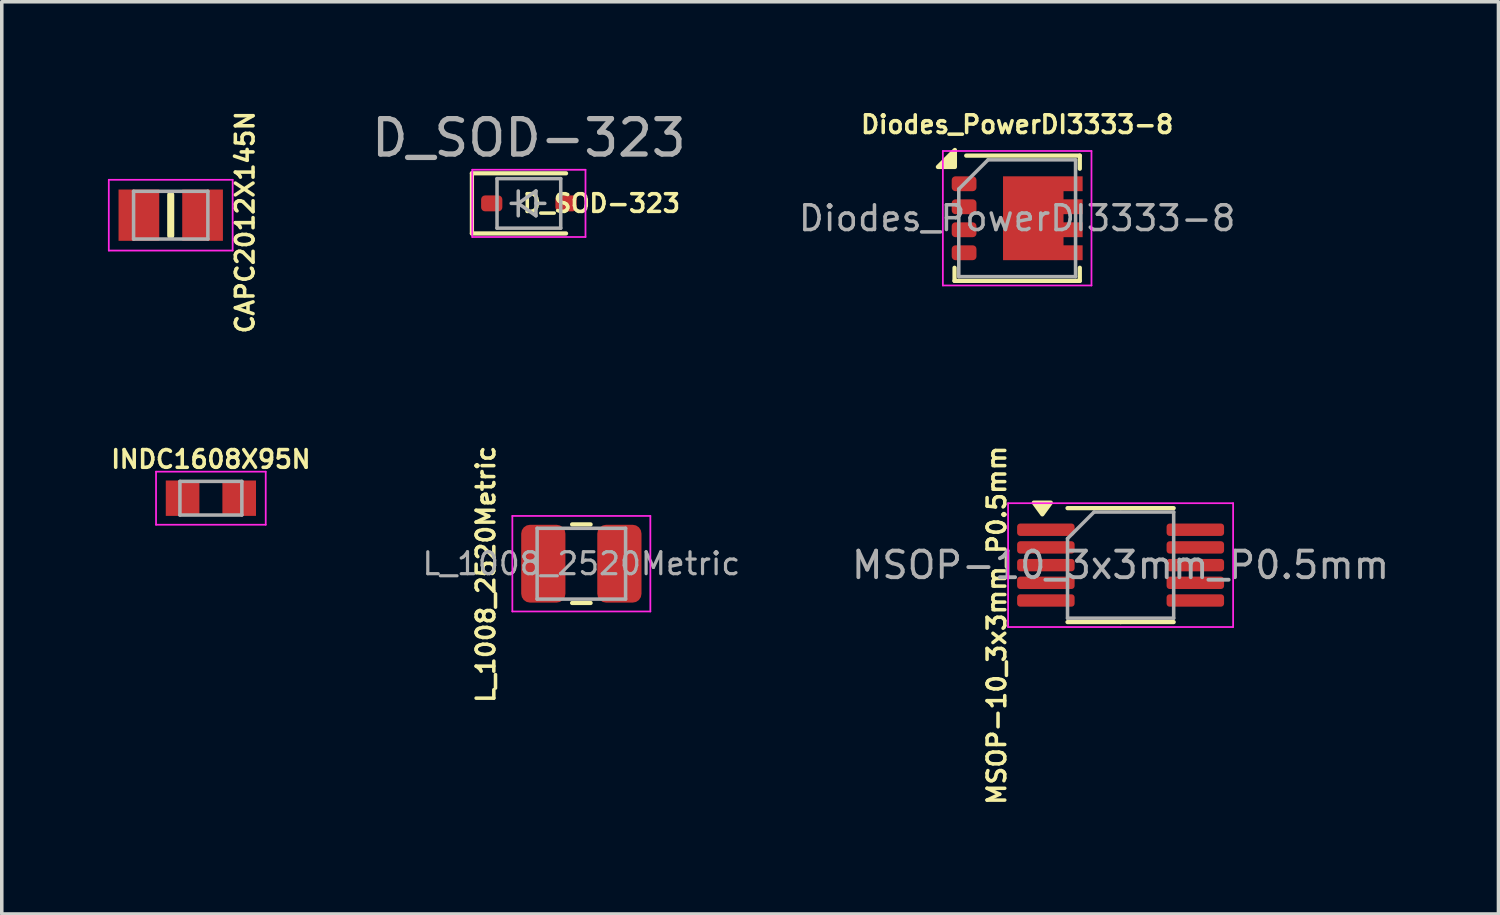
<source format=kicad_pcb>
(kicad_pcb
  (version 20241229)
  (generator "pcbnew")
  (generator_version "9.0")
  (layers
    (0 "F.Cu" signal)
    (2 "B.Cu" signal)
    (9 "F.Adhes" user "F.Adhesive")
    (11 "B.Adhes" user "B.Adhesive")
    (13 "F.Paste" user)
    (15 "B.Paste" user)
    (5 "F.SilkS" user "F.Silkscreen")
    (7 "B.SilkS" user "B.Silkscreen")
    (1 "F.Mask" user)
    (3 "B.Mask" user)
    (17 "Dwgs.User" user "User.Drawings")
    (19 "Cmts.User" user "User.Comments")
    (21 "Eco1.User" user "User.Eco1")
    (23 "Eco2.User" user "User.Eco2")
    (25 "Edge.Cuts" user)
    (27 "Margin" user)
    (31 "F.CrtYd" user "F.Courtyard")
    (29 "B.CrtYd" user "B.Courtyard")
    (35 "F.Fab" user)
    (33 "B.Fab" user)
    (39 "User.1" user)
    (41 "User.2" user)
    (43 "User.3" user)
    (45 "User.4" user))
  (footprint "INDC1608X95N"
    (layer "F.Cu")
    (at 2.91 11.03)
    (property "Reference" "INDC1608X95N" (at 0 -1.1 0) (layer "F.SilkS") (effects (font (size 0.5 0.5) (thickness 0.1))))
    (attr smd)
    (fp_line (start -1.55 -0.75) (end 1.55 -0.75) (stroke (width 0.05) (type solid)) (layer "F.CrtYd"))
    (fp_line (start -1.55 0.75) (end -1.55 -0.75) (stroke (width 0.05) (type solid)) (layer "F.CrtYd"))
    (fp_line (start -1.55 0.75) (end 1.55 0.75) (stroke (width 0.05) (type solid)) (layer "F.CrtYd"))
    (fp_line (start 1.55 0.75) (end 1.55 -0.75) (stroke (width 0.05) (type solid)) (layer "F.CrtYd"))
    (fp_line (start -0.875 -0.475) (end 0.875 -0.475) (stroke (width 0.1) (type solid)) (layer "F.Fab"))
    (fp_line (start -0.875 0.475) (end -0.875 -0.475) (stroke (width 0.1) (type solid)) (layer "F.Fab"))
    (fp_line (start -0.875 0.475) (end 0.875 0.475) (stroke (width 0.1) (type solid)) (layer "F.Fab"))
    (fp_line (start 0.875 0.475) (end 0.875 -0.475) (stroke (width 0.1) (type solid)) (layer "F.Fab"))
    (pad "1" smd rect (at -0.8 0 270) (size 1 0.95) (layers "F.Cu" "F.Mask" "F.Paste"))
    (pad "2" smd rect (at 0.8 0 270) (size 1 0.95) (layers "F.Cu" "F.Mask" "F.Paste")))
  (footprint "Diodes_PowerDI3333-8"
    (layer "F.Cu")
    (at 25.697 3.118)
    (property "Reference" "Diodes_PowerDI3333-8" (at 0 -2.65 0) (layer "F.SilkS") (effects (font (size 0.5 0.5) (thickness 0.1))))
    (attr smd)
    (fp_line (start -1.77 1.77) (end -1.77 1.4) (stroke (width 0.12) (type solid)) (layer "F.SilkS"))
    (fp_line (start -1.77 1.77) (end 1.77 1.77) (stroke (width 0.12) (type solid)) (layer "F.SilkS"))
    (fp_line (start 1.77 -1.77) (end -1.44 -1.77) (stroke (width 0.12) (type solid)) (layer "F.SilkS"))
    (fp_line (start 1.77 -1.77) (end 1.77 -1.4) (stroke (width 0.12) (type solid)) (layer "F.SilkS"))
    (fp_line (start 1.77 1.77) (end 1.77 1.4) (stroke (width 0.12) (type solid)) (layer "F.SilkS"))
    (fp_poly (pts (xy -1.76 -1.45) (xy -2.24 -1.45) (xy -1.76 -1.93) (xy -1.76 -1.45)) (stroke (width 0.12) (type solid)) (fill yes) (layer "F.SilkS"))
    (fp_line (start -2.1 -1.9) (end -2.1 1.9) (stroke (width 0.05) (type solid)) (layer "F.CrtYd"))
    (fp_line (start -2.1 1.9) (end 2.1 1.9) (stroke (width 0.05) (type solid)) (layer "F.CrtYd"))
    (fp_line (start 2.1 -1.9) (end -2.1 -1.9) (stroke (width 0.05) (type solid)) (layer "F.CrtYd"))
    (fp_line (start 2.1 1.9) (end 2.1 -1.9) (stroke (width 0.05) (type solid)) (layer "F.CrtYd"))
    (fp_line (start -1.65 -0.825) (end -1.65 1.65) (stroke (width 0.1) (type solid)) (layer "F.Fab"))
    (fp_line (start -1.65 1.65) (end 1.65 1.65) (stroke (width 0.1) (type solid)) (layer "F.Fab"))
    (fp_line (start -0.825 -1.65) (end -1.65 -0.825) (stroke (width 0.1) (type solid)) (layer "F.Fab"))
    (fp_line (start 1.65 -1.65) (end -0.825 -1.65) (stroke (width 0.1) (type solid)) (layer "F.Fab"))
    (fp_line (start 1.65 1.65) (end 1.65 -1.65) (stroke (width 0.1) (type solid)) (layer "F.Fab"))
    (fp_text user "${REFERENCE}" (at 0 0 0) (layer "F.Fab") (effects (font (size 0.7 0.7) (thickness 0.1))))
    (pad "" smd roundrect (at 0.02 -0.565) (size 0.6 1) (layers "F.Paste") (roundrect_rratio 0.25))
    (pad "" smd roundrect (at 0.02 0.565) (size 0.6 1) (layers "F.Paste") (roundrect_rratio 0.25))
    (pad "" smd roundrect (at 0.73 -0.565) (size 0.6 1) (layers "F.Paste") (roundrect_rratio 0.25))
    (pad "" smd roundrect (at 0.73 0.565) (size 0.6 1) (layers "F.Paste") (roundrect_rratio 0.25))
    (pad "" smd roundrect (at 1.5 -0.975) (size 0.7 0.42) (layers "F.Paste") (roundrect_rratio 0.25))
    (pad "" smd roundrect (at 1.5 -0.325) (size 0.7 0.42) (layers "F.Paste") (roundrect_rratio 0.25))
    (pad "" smd roundrect (at 1.5 0.325) (size 0.7 0.42) (layers "F.Paste") (roundrect_rratio 0.25))
    (pad "" smd roundrect (at 1.5 0.975) (size 0.7 0.42) (layers "F.Paste") (roundrect_rratio 0.25))
    (pad "1" smd roundrect (at -1.5 -0.975) (size 0.7 0.42) (layers "F.Cu" "F.Mask" "F.Paste") (roundrect_rratio 0.25))
    (pad "2" smd roundrect (at -1.5 -0.325) (size 0.7 0.42) (layers "F.Cu" "F.Mask" "F.Paste") (roundrect_rratio 0.25))
    (pad "3" smd roundrect (at -1.5 0.325) (size 0.7 0.42) (layers "F.Cu" "F.Mask" "F.Paste") (roundrect_rratio 0.25))
    (pad "4" smd roundrect (at -1.5 0.975) (size 0.7 0.42) (layers "F.Cu" "F.Mask" "F.Paste") (roundrect_rratio 0.25))
    (pad "5" smd custom (at 0.455 0) (size 1.71 2.37) (layers "F.Cu" "F.Mask") (options (anchor rect)) (primitives (gr_poly (pts (xy 1.395 1.185) (xy 0.855 1.185) (xy 0.855 0.765) (xy 1.395 0.765)) (width 0) (fill yes)) (gr_poly (pts (xy 1.395 0.535) (xy 0.855 0.535) (xy 0.855 0.115) (xy 1.395 0.115)) (width 0) (fill yes)) (gr_poly (pts (xy 1.395 -0.115) (xy 0.855 -0.115) (xy 0.855 -0.535) (xy 1.395 -0.535)) (width 0) (fill yes)) (gr_poly (pts (xy 1.395 -0.765) (xy 0.855 -0.765) (xy 0.855 -1.185) (xy 1.395 -1.185)) (width 0) (fill yes)))))
  (footprint "D_SOD-323"
    (layer "F.Cu")
    (at 11.897 2.698)
    (property "Reference" "D_SOD-323" (at 2.05 0 0) (layer "F.SilkS") (effects (font (size 0.5 0.5) (thickness 0.1) (bold yes))))
    (attr smd)
    (fp_line (start -1.61 -0.85) (end -1.61 0.85) (stroke (width 0.12) (type solid)) (layer "F.SilkS"))
    (fp_line (start -1.61 -0.85) (end 1.05 -0.85) (stroke (width 0.12) (type solid)) (layer "F.SilkS"))
    (fp_line (start -1.61 0.85) (end 1.05 0.85) (stroke (width 0.12) (type solid)) (layer "F.SilkS"))
    (fp_line (start -1.6 -0.95) (end -1.6 0.95) (stroke (width 0.05) (type solid)) (layer "F.CrtYd"))
    (fp_line (start -1.6 -0.95) (end 1.6 -0.95) (stroke (width 0.05) (type solid)) (layer "F.CrtYd"))
    (fp_line (start -1.6 0.95) (end 1.6 0.95) (stroke (width 0.05) (type solid)) (layer "F.CrtYd"))
    (fp_line (start 1.6 -0.95) (end 1.6 0.95) (stroke (width 0.05) (type solid)) (layer "F.CrtYd"))
    (fp_line (start -0.9 -0.7) (end 0.9 -0.7) (stroke (width 0.1) (type solid)) (layer "F.Fab"))
    (fp_line (start -0.9 0.7) (end -0.9 -0.7) (stroke (width 0.1) (type solid)) (layer "F.Fab"))
    (fp_line (start -0.3 -0.35) (end -0.3 0.35) (stroke (width 0.1) (type solid)) (layer "F.Fab"))
    (fp_line (start -0.3 0) (end -0.5 0) (stroke (width 0.1) (type solid)) (layer "F.Fab"))
    (fp_line (start -0.3 0) (end 0.2 -0.35) (stroke (width 0.1) (type solid)) (layer "F.Fab"))
    (fp_line (start 0.2 -0.35) (end 0.2 0.35) (stroke (width 0.1) (type solid)) (layer "F.Fab"))
    (fp_line (start 0.2 0) (end 0.45 0) (stroke (width 0.1) (type solid)) (layer "F.Fab"))
    (fp_line (start 0.2 0.35) (end -0.3 0) (stroke (width 0.1) (type solid)) (layer "F.Fab"))
    (fp_line (start 0.9 -0.7) (end 0.9 0.7) (stroke (width 0.1) (type solid)) (layer "F.Fab"))
    (fp_line (start 0.9 0.7) (end -0.9 0.7) (stroke (width 0.1) (type solid)) (layer "F.Fab"))
    (fp_text user "${REFERENCE}" (at 0 -1.85 0) (layer "F.Fab") (effects (font (size 1 1) (thickness 0.15))))
    (pad "1" smd roundrect (at -1.05 0) (size 0.6 0.45) (layers "F.Cu" "F.Mask" "F.Paste") (roundrect_rratio 0.25))
    (pad "2" smd roundrect (at 1.05 0) (size 0.6 0.45) (layers "F.Cu" "F.Mask" "F.Paste") (roundrect_rratio 0.25)))
  (footprint "CAPC2012X145N"
    (layer "F.Cu")
    (at 1.775 3.031)
    (property "Reference" "CAPC2012X145N" (at 2.1 0.2 90) (layer "F.SilkS") (effects (font (size 0.5 0.5) (thickness 0.1))))
    (attr smd)
    (fp_line (start 0 0.575) (end 0 -0.575) (stroke (width 0.2) (type solid)) (layer "F.SilkS"))
    (fp_line (start -1.75 -1) (end 1.75 -1) (stroke (width 0.05) (type solid)) (layer "F.CrtYd"))
    (fp_line (start -1.75 1) (end -1.75 -1) (stroke (width 0.05) (type solid)) (layer "F.CrtYd"))
    (fp_line (start -1.75 1) (end 1.75 1) (stroke (width 0.05) (type solid)) (layer "F.CrtYd"))
    (fp_line (start 1.75 1) (end 1.75 -1) (stroke (width 0.05) (type solid)) (layer "F.CrtYd"))
    (fp_line (start -1.05 -0.675) (end 1.05 -0.675) (stroke (width 0.1) (type solid)) (layer "F.Fab"))
    (fp_line (start -1.05 0.675) (end -1.05 -0.675) (stroke (width 0.1) (type solid)) (layer "F.Fab"))
    (fp_line (start -1.05 0.675) (end 1.05 0.675) (stroke (width 0.1) (type solid)) (layer "F.Fab"))
    (fp_line (start 1.05 0.675) (end 1.05 -0.675) (stroke (width 0.1) (type solid)) (layer "F.Fab"))
    (pad "1" smd rect (at -0.9 0 270) (size 1.45 1.15) (layers "F.Cu" "F.Mask" "F.Paste"))
    (pad "2" smd rect (at 0.9 0 270) (size 1.45 1.15) (layers "F.Cu" "F.Mask" "F.Paste")))
  (footprint "MSOP-10_3x3mm_P0.5mm"
    (layer "F.Cu")
    (at 28.62 12.921)
    (property "Reference" "MSOP-10_3x3mm_P0.5mm" (at -3.5 1.7 270) (layer "F.SilkS") (effects (font (size 0.5 0.5) (thickness 0.1))))
    (attr smd)
    (fp_line (start 0 -1.61) (end -1.5 -1.61) (stroke (width 0.12) (type solid)) (layer "F.SilkS"))
    (fp_line (start 0 -1.61) (end 1.5 -1.61) (stroke (width 0.12) (type solid)) (layer "F.SilkS"))
    (fp_line (start 0 1.61) (end -1.5 1.61) (stroke (width 0.12) (type solid)) (layer "F.SilkS"))
    (fp_line (start 0 1.61) (end 1.5 1.61) (stroke (width 0.12) (type solid)) (layer "F.SilkS"))
    (fp_poly (pts (xy -2.212 -1.435) (xy -2.453 -1.765) (xy -1.972 -1.765) (xy -2.212 -1.435)) (stroke (width 0.12) (type solid)) (fill yes) (layer "F.SilkS"))
    (fp_line (start -3.18 -1.75) (end -3.18 1.75) (stroke (width 0.05) (type solid)) (layer "F.CrtYd"))
    (fp_line (start -3.18 1.75) (end 3.18 1.75) (stroke (width 0.05) (type solid)) (layer "F.CrtYd"))
    (fp_line (start 3.18 -1.75) (end -3.18 -1.75) (stroke (width 0.05) (type solid)) (layer "F.CrtYd"))
    (fp_line (start 3.18 1.75) (end 3.18 -1.75) (stroke (width 0.05) (type solid)) (layer "F.CrtYd"))
    (fp_line (start -1.5 -0.75) (end -0.75 -1.5) (stroke (width 0.1) (type solid)) (layer "F.Fab"))
    (fp_line (start -1.5 1.5) (end -1.5 -0.75) (stroke (width 0.1) (type solid)) (layer "F.Fab"))
    (fp_line (start -0.75 -1.5) (end 1.5 -1.5) (stroke (width 0.1) (type solid)) (layer "F.Fab"))
    (fp_line (start 1.5 -1.5) (end 1.5 1.5) (stroke (width 0.1) (type solid)) (layer "F.Fab"))
    (fp_line (start 1.5 1.5) (end -1.5 1.5) (stroke (width 0.1) (type solid)) (layer "F.Fab"))
    (fp_text user "${REFERENCE}" (at 0 0 180) (layer "F.Fab") (effects (font (size 0.75 0.75) (thickness 0.11))))
    (pad "1" smd roundrect (at -2.112 -1) (size 1.625 0.35) (layers "F.Cu" "F.Mask" "F.Paste") (roundrect_rratio 0.25))
    (pad "2" smd roundrect (at -2.112 -0.5) (size 1.625 0.35) (layers "F.Cu" "F.Mask" "F.Paste") (roundrect_rratio 0.25))
    (pad "3" smd roundrect (at -2.112 0) (size 1.625 0.35) (layers "F.Cu" "F.Mask" "F.Paste") (roundrect_rratio 0.25))
    (pad "4" smd roundrect (at -2.112 0.5) (size 1.625 0.35) (layers "F.Cu" "F.Mask" "F.Paste") (roundrect_rratio 0.25))
    (pad "5" smd roundrect (at -2.112 1) (size 1.625 0.35) (layers "F.Cu" "F.Mask" "F.Paste") (roundrect_rratio 0.25))
    (pad "6" smd roundrect (at 2.112 1) (size 1.625 0.35) (layers "F.Cu" "F.Mask" "F.Paste") (roundrect_rratio 0.25))
    (pad "7" smd roundrect (at 2.112 0.5) (size 1.625 0.35) (layers "F.Cu" "F.Mask" "F.Paste") (roundrect_rratio 0.25))
    (pad "8" smd roundrect (at 2.112 0) (size 1.625 0.35) (layers "F.Cu" "F.Mask" "F.Paste") (roundrect_rratio 0.25))
    (pad "9" smd roundrect (at 2.112 -0.5) (size 1.625 0.35) (layers "F.Cu" "F.Mask" "F.Paste") (roundrect_rratio 0.25))
    (pad "10" smd roundrect (at 2.112 -1) (size 1.625 0.35) (layers "F.Cu" "F.Mask" "F.Paste") (roundrect_rratio 0.25)))
  (footprint "L_1008_2520Metric"
    (layer "F.Cu")
    (at 13.38 12.881)
    (property "Reference" "L_1008_2520Metric" (at -2.7 0.3 90) (layer "F.SilkS") (effects (font (size 0.5 0.5) (thickness 0.1))))
    (attr smd)
    (fp_line (start -0.261 -1.11) (end 0.261 -1.11) (stroke (width 0.12) (type solid)) (layer "F.SilkS"))
    (fp_line (start -0.261 1.11) (end 0.261 1.11) (stroke (width 0.12) (type solid)) (layer "F.SilkS"))
    (fp_line (start -1.95 -1.35) (end 1.95 -1.35) (stroke (width 0.05) (type solid)) (layer "F.CrtYd"))
    (fp_line (start -1.95 1.35) (end -1.95 -1.35) (stroke (width 0.05) (type solid)) (layer "F.CrtYd"))
    (fp_line (start 1.95 -1.35) (end 1.95 1.35) (stroke (width 0.05) (type solid)) (layer "F.CrtYd"))
    (fp_line (start 1.95 1.35) (end -1.95 1.35) (stroke (width 0.05) (type solid)) (layer "F.CrtYd"))
    (fp_line (start -1.25 -1) (end 1.25 -1) (stroke (width 0.1) (type solid)) (layer "F.Fab"))
    (fp_line (start -1.25 1) (end -1.25 -1) (stroke (width 0.1) (type solid)) (layer "F.Fab"))
    (fp_line (start 1.25 -1) (end 1.25 1) (stroke (width 0.1) (type solid)) (layer "F.Fab"))
    (fp_line (start 1.25 1) (end -1.25 1) (stroke (width 0.1) (type solid)) (layer "F.Fab"))
    (fp_text user "${REFERENCE}" (at 0 0 0) (layer "F.Fab") (effects (font (size 0.62 0.62) (thickness 0.09))))
    (pad "1" smd roundrect (at -1.075 0 180) (size 1.25 2.2) (layers "F.Cu" "F.Mask" "F.Paste") (roundrect_rratio 0.2))
    (pad "2" smd roundrect (at 1.075 0 180) (size 1.25 2.2) (layers "F.Cu" "F.Mask" "F.Paste") (roundrect_rratio 0.2)))
  (gr_rect
    (start -3 -3)
    (end 39.299 22.781)
    (stroke (width 0.1) (type default))
    (fill no)
    (layer "Edge.Cuts")))
</source>
